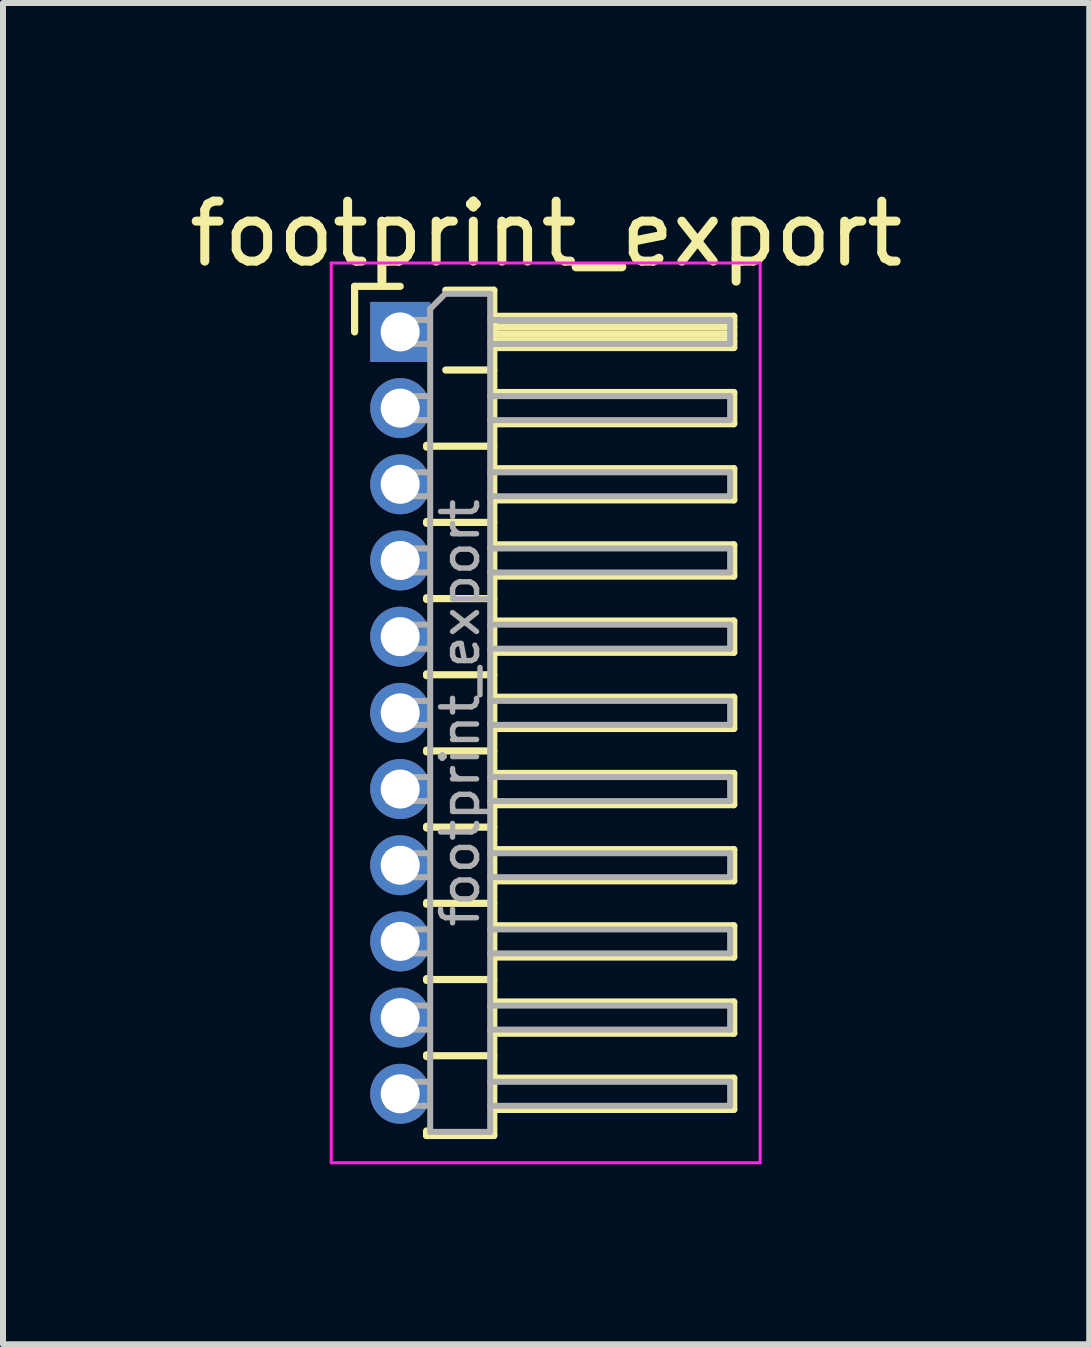
<source format=kicad_pcb>
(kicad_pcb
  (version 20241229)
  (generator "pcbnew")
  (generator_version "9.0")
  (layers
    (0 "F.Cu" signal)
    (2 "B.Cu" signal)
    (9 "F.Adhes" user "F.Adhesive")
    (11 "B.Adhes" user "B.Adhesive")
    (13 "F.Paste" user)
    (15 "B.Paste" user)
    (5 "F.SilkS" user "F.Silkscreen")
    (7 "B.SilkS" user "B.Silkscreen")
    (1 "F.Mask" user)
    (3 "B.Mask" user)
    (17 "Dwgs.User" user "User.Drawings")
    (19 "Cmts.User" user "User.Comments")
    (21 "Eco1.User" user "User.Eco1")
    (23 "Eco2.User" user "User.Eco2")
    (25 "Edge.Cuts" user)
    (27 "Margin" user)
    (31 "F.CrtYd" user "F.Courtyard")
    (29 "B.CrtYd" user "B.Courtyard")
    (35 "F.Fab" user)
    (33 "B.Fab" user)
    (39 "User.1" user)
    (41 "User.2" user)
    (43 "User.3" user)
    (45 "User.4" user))
  (footprint "footprint_export"
    (layer "F.Cu")
    (at 3.621 2.483)
    (property "Reference" "footprint_export" (at 2.433 -1.635 0) (layer "F.SilkS") (effects (font (size 1 1) (thickness 0.15))))
    (attr through_hole)
    (fp_line (start -0.76 -0.76) (end 0 -0.76) (stroke (width 0.12) (type solid)) (layer "F.SilkS"))
    (fp_line (start -0.76 0) (end -0.76 -0.76) (stroke (width 0.12) (type solid)) (layer "F.SilkS"))
    (fp_line (start 0.44 1.89) (end 0.44 1.92) (stroke (width 0.12) (type solid)) (layer "F.SilkS"))
    (fp_line (start 0.44 1.905) (end 1.56 1.905) (stroke (width 0.12) (type solid)) (layer "F.SilkS"))
    (fp_line (start 0.44 3.16) (end 0.44 3.19) (stroke (width 0.12) (type solid)) (layer "F.SilkS"))
    (fp_line (start 0.44 3.175) (end 1.56 3.175) (stroke (width 0.12) (type solid)) (layer "F.SilkS"))
    (fp_line (start 0.44 4.43) (end 0.44 4.46) (stroke (width 0.12) (type solid)) (layer "F.SilkS"))
    (fp_line (start 0.44 4.445) (end 1.56 4.445) (stroke (width 0.12) (type solid)) (layer "F.SilkS"))
    (fp_line (start 0.44 5.7) (end 0.44 5.73) (stroke (width 0.12) (type solid)) (layer "F.SilkS"))
    (fp_line (start 0.44 5.715) (end 1.56 5.715) (stroke (width 0.12) (type solid)) (layer "F.SilkS"))
    (fp_line (start 0.44 6.97) (end 0.44 7) (stroke (width 0.12) (type solid)) (layer "F.SilkS"))
    (fp_line (start 0.44 6.985) (end 1.56 6.985) (stroke (width 0.12) (type solid)) (layer "F.SilkS"))
    (fp_line (start 0.44 8.24) (end 0.44 8.27) (stroke (width 0.12) (type solid)) (layer "F.SilkS"))
    (fp_line (start 0.44 8.255) (end 1.56 8.255) (stroke (width 0.12) (type solid)) (layer "F.SilkS"))
    (fp_line (start 0.44 9.51) (end 0.44 9.54) (stroke (width 0.12) (type solid)) (layer "F.SilkS"))
    (fp_line (start 0.44 9.525) (end 1.56 9.525) (stroke (width 0.12) (type solid)) (layer "F.SilkS"))
    (fp_line (start 0.44 10.78) (end 0.44 10.81) (stroke (width 0.12) (type solid)) (layer "F.SilkS"))
    (fp_line (start 0.44 10.795) (end 1.56 10.795) (stroke (width 0.12) (type solid)) (layer "F.SilkS"))
    (fp_line (start 0.44 12.05) (end 0.44 12.08) (stroke (width 0.12) (type solid)) (layer "F.SilkS"))
    (fp_line (start 0.44 12.065) (end 1.56 12.065) (stroke (width 0.12) (type solid)) (layer "F.SilkS"))
    (fp_line (start 0.44 13.395) (end 0.44 13.32) (stroke (width 0.12) (type solid)) (layer "F.SilkS"))
    (fp_line (start 0.76 -0.695) (end 1.56 -0.695) (stroke (width 0.12) (type solid)) (layer "F.SilkS"))
    (fp_line (start 0.76 0.635) (end 1.56 0.635) (stroke (width 0.12) (type solid)) (layer "F.SilkS"))
    (fp_line (start 1.56 -0.695) (end 1.56 13.395) (stroke (width 0.12) (type solid)) (layer "F.SilkS"))
    (fp_line (start 1.56 -0.26) (end 5.56 -0.26) (stroke (width 0.12) (type solid)) (layer "F.SilkS"))
    (fp_line (start 1.56 -0.2) (end 5.56 -0.2) (stroke (width 0.12) (type solid)) (layer "F.SilkS"))
    (fp_line (start 1.56 -0.08) (end 5.56 -0.08) (stroke (width 0.12) (type solid)) (layer "F.SilkS"))
    (fp_line (start 1.56 0.04) (end 5.56 0.04) (stroke (width 0.12) (type solid)) (layer "F.SilkS"))
    (fp_line (start 1.56 0.16) (end 5.56 0.16) (stroke (width 0.12) (type solid)) (layer "F.SilkS"))
    (fp_line (start 1.56 1.01) (end 5.56 1.01) (stroke (width 0.12) (type solid)) (layer "F.SilkS"))
    (fp_line (start 1.56 2.28) (end 5.56 2.28) (stroke (width 0.12) (type solid)) (layer "F.SilkS"))
    (fp_line (start 1.56 3.55) (end 5.56 3.55) (stroke (width 0.12) (type solid)) (layer "F.SilkS"))
    (fp_line (start 1.56 4.82) (end 5.56 4.82) (stroke (width 0.12) (type solid)) (layer "F.SilkS"))
    (fp_line (start 1.56 6.09) (end 5.56 6.09) (stroke (width 0.12) (type solid)) (layer "F.SilkS"))
    (fp_line (start 1.56 7.36) (end 5.56 7.36) (stroke (width 0.12) (type solid)) (layer "F.SilkS"))
    (fp_line (start 1.56 8.63) (end 5.56 8.63) (stroke (width 0.12) (type solid)) (layer "F.SilkS"))
    (fp_line (start 1.56 9.9) (end 5.56 9.9) (stroke (width 0.12) (type solid)) (layer "F.SilkS"))
    (fp_line (start 1.56 11.17) (end 5.56 11.17) (stroke (width 0.12) (type solid)) (layer "F.SilkS"))
    (fp_line (start 1.56 12.44) (end 5.56 12.44) (stroke (width 0.12) (type solid)) (layer "F.SilkS"))
    (fp_line (start 1.56 13.395) (end 0.44 13.395) (stroke (width 0.12) (type solid)) (layer "F.SilkS"))
    (fp_line (start 5.56 -0.26) (end 5.56 0.26) (stroke (width 0.12) (type solid)) (layer "F.SilkS"))
    (fp_line (start 5.56 0.26) (end 1.56 0.26) (stroke (width 0.12) (type solid)) (layer "F.SilkS"))
    (fp_line (start 5.56 1.01) (end 5.56 1.53) (stroke (width 0.12) (type solid)) (layer "F.SilkS"))
    (fp_line (start 5.56 1.53) (end 1.56 1.53) (stroke (width 0.12) (type solid)) (layer "F.SilkS"))
    (fp_line (start 5.56 2.28) (end 5.56 2.8) (stroke (width 0.12) (type solid)) (layer "F.SilkS"))
    (fp_line (start 5.56 2.8) (end 1.56 2.8) (stroke (width 0.12) (type solid)) (layer "F.SilkS"))
    (fp_line (start 5.56 3.55) (end 5.56 4.07) (stroke (width 0.12) (type solid)) (layer "F.SilkS"))
    (fp_line (start 5.56 4.07) (end 1.56 4.07) (stroke (width 0.12) (type solid)) (layer "F.SilkS"))
    (fp_line (start 5.56 4.82) (end 5.56 5.34) (stroke (width 0.12) (type solid)) (layer "F.SilkS"))
    (fp_line (start 5.56 5.34) (end 1.56 5.34) (stroke (width 0.12) (type solid)) (layer "F.SilkS"))
    (fp_line (start 5.56 6.09) (end 5.56 6.61) (stroke (width 0.12) (type solid)) (layer "F.SilkS"))
    (fp_line (start 5.56 6.61) (end 1.56 6.61) (stroke (width 0.12) (type solid)) (layer "F.SilkS"))
    (fp_line (start 5.56 7.36) (end 5.56 7.88) (stroke (width 0.12) (type solid)) (layer "F.SilkS"))
    (fp_line (start 5.56 7.88) (end 1.56 7.88) (stroke (width 0.12) (type solid)) (layer "F.SilkS"))
    (fp_line (start 5.56 8.63) (end 5.56 9.15) (stroke (width 0.12) (type solid)) (layer "F.SilkS"))
    (fp_line (start 5.56 9.15) (end 1.56 9.15) (stroke (width 0.12) (type solid)) (layer "F.SilkS"))
    (fp_line (start 5.56 9.9) (end 5.56 10.42) (stroke (width 0.12) (type solid)) (layer "F.SilkS"))
    (fp_line (start 5.56 10.42) (end 1.56 10.42) (stroke (width 0.12) (type solid)) (layer "F.SilkS"))
    (fp_line (start 5.56 11.17) (end 5.56 11.69) (stroke (width 0.12) (type solid)) (layer "F.SilkS"))
    (fp_line (start 5.56 11.69) (end 1.56 11.69) (stroke (width 0.12) (type solid)) (layer "F.SilkS"))
    (fp_line (start 5.56 12.44) (end 5.56 12.96) (stroke (width 0.12) (type solid)) (layer "F.SilkS"))
    (fp_line (start 5.56 12.96) (end 1.56 12.96) (stroke (width 0.12) (type solid)) (layer "F.SilkS"))
    (fp_line (start -1.15 -1.15) (end -1.15 13.85) (stroke (width 0.05) (type solid)) (layer "F.CrtYd"))
    (fp_line (start -1.15 13.85) (end 6 13.85) (stroke (width 0.05) (type solid)) (layer "F.CrtYd"))
    (fp_line (start 6 -1.15) (end -1.15 -1.15) (stroke (width 0.05) (type solid)) (layer "F.CrtYd"))
    (fp_line (start 6 13.85) (end 6 -1.15) (stroke (width 0.05) (type solid)) (layer "F.CrtYd"))
    (fp_line (start -0.2 -0.2) (end -0.2 0.2) (stroke (width 0.1) (type solid)) (layer "F.Fab"))
    (fp_line (start -0.2 -0.2) (end 0.5 -0.2) (stroke (width 0.1) (type solid)) (layer "F.Fab"))
    (fp_line (start -0.2 0.2) (end 0.5 0.2) (stroke (width 0.1) (type solid)) (layer "F.Fab"))
    (fp_line (start -0.2 1.07) (end -0.2 1.47) (stroke (width 0.1) (type solid)) (layer "F.Fab"))
    (fp_line (start -0.2 1.07) (end 0.5 1.07) (stroke (width 0.1) (type solid)) (layer "F.Fab"))
    (fp_line (start -0.2 1.47) (end 0.5 1.47) (stroke (width 0.1) (type solid)) (layer "F.Fab"))
    (fp_line (start -0.2 2.34) (end -0.2 2.74) (stroke (width 0.1) (type solid)) (layer "F.Fab"))
    (fp_line (start -0.2 2.34) (end 0.5 2.34) (stroke (width 0.1) (type solid)) (layer "F.Fab"))
    (fp_line (start -0.2 2.74) (end 0.5 2.74) (stroke (width 0.1) (type solid)) (layer "F.Fab"))
    (fp_line (start -0.2 3.61) (end -0.2 4.01) (stroke (width 0.1) (type solid)) (layer "F.Fab"))
    (fp_line (start -0.2 3.61) (end 0.5 3.61) (stroke (width 0.1) (type solid)) (layer "F.Fab"))
    (fp_line (start -0.2 4.01) (end 0.5 4.01) (stroke (width 0.1) (type solid)) (layer "F.Fab"))
    (fp_line (start -0.2 4.88) (end -0.2 5.28) (stroke (width 0.1) (type solid)) (layer "F.Fab"))
    (fp_line (start -0.2 4.88) (end 0.5 4.88) (stroke (width 0.1) (type solid)) (layer "F.Fab"))
    (fp_line (start -0.2 5.28) (end 0.5 5.28) (stroke (width 0.1) (type solid)) (layer "F.Fab"))
    (fp_line (start -0.2 6.15) (end -0.2 6.55) (stroke (width 0.1) (type solid)) (layer "F.Fab"))
    (fp_line (start -0.2 6.15) (end 0.5 6.15) (stroke (width 0.1) (type solid)) (layer "F.Fab"))
    (fp_line (start -0.2 6.55) (end 0.5 6.55) (stroke (width 0.1) (type solid)) (layer "F.Fab"))
    (fp_line (start -0.2 7.42) (end -0.2 7.82) (stroke (width 0.1) (type solid)) (layer "F.Fab"))
    (fp_line (start -0.2 7.42) (end 0.5 7.42) (stroke (width 0.1) (type solid)) (layer "F.Fab"))
    (fp_line (start -0.2 7.82) (end 0.5 7.82) (stroke (width 0.1) (type solid)) (layer "F.Fab"))
    (fp_line (start -0.2 8.69) (end -0.2 9.09) (stroke (width 0.1) (type solid)) (layer "F.Fab"))
    (fp_line (start -0.2 8.69) (end 0.5 8.69) (stroke (width 0.1) (type solid)) (layer "F.Fab"))
    (fp_line (start -0.2 9.09) (end 0.5 9.09) (stroke (width 0.1) (type solid)) (layer "F.Fab"))
    (fp_line (start -0.2 9.96) (end -0.2 10.36) (stroke (width 0.1) (type solid)) (layer "F.Fab"))
    (fp_line (start -0.2 9.96) (end 0.5 9.96) (stroke (width 0.1) (type solid)) (layer "F.Fab"))
    (fp_line (start -0.2 10.36) (end 0.5 10.36) (stroke (width 0.1) (type solid)) (layer "F.Fab"))
    (fp_line (start -0.2 11.23) (end -0.2 11.63) (stroke (width 0.1) (type solid)) (layer "F.Fab"))
    (fp_line (start -0.2 11.23) (end 0.5 11.23) (stroke (width 0.1) (type solid)) (layer "F.Fab"))
    (fp_line (start -0.2 11.63) (end 0.5 11.63) (stroke (width 0.1) (type solid)) (layer "F.Fab"))
    (fp_line (start -0.2 12.5) (end -0.2 12.9) (stroke (width 0.1) (type solid)) (layer "F.Fab"))
    (fp_line (start -0.2 12.5) (end 0.5 12.5) (stroke (width 0.1) (type solid)) (layer "F.Fab"))
    (fp_line (start -0.2 12.9) (end 0.5 12.9) (stroke (width 0.1) (type solid)) (layer "F.Fab"))
    (fp_line (start 0.5 -0.385) (end 0.75 -0.635) (stroke (width 0.1) (type solid)) (layer "F.Fab"))
    (fp_line (start 0.5 13.335) (end 0.5 -0.385) (stroke (width 0.1) (type solid)) (layer "F.Fab"))
    (fp_line (start 0.75 -0.635) (end 1.5 -0.635) (stroke (width 0.1) (type solid)) (layer "F.Fab"))
    (fp_line (start 1.5 -0.635) (end 1.5 13.335) (stroke (width 0.1) (type solid)) (layer "F.Fab"))
    (fp_line (start 1.5 -0.2) (end 5.5 -0.2) (stroke (width 0.1) (type solid)) (layer "F.Fab"))
    (fp_line (start 1.5 0.2) (end 5.5 0.2) (stroke (width 0.1) (type solid)) (layer "F.Fab"))
    (fp_line (start 1.5 1.07) (end 5.5 1.07) (stroke (width 0.1) (type solid)) (layer "F.Fab"))
    (fp_line (start 1.5 1.47) (end 5.5 1.47) (stroke (width 0.1) (type solid)) (layer "F.Fab"))
    (fp_line (start 1.5 2.34) (end 5.5 2.34) (stroke (width 0.1) (type solid)) (layer "F.Fab"))
    (fp_line (start 1.5 2.74) (end 5.5 2.74) (stroke (width 0.1) (type solid)) (layer "F.Fab"))
    (fp_line (start 1.5 3.61) (end 5.5 3.61) (stroke (width 0.1) (type solid)) (layer "F.Fab"))
    (fp_line (start 1.5 4.01) (end 5.5 4.01) (stroke (width 0.1) (type solid)) (layer "F.Fab"))
    (fp_line (start 1.5 4.88) (end 5.5 4.88) (stroke (width 0.1) (type solid)) (layer "F.Fab"))
    (fp_line (start 1.5 5.28) (end 5.5 5.28) (stroke (width 0.1) (type solid)) (layer "F.Fab"))
    (fp_line (start 1.5 6.15) (end 5.5 6.15) (stroke (width 0.1) (type solid)) (layer "F.Fab"))
    (fp_line (start 1.5 6.55) (end 5.5 6.55) (stroke (width 0.1) (type solid)) (layer "F.Fab"))
    (fp_line (start 1.5 7.42) (end 5.5 7.42) (stroke (width 0.1) (type solid)) (layer "F.Fab"))
    (fp_line (start 1.5 7.82) (end 5.5 7.82) (stroke (width 0.1) (type solid)) (layer "F.Fab"))
    (fp_line (start 1.5 8.69) (end 5.5 8.69) (stroke (width 0.1) (type solid)) (layer "F.Fab"))
    (fp_line (start 1.5 9.09) (end 5.5 9.09) (stroke (width 0.1) (type solid)) (layer "F.Fab"))
    (fp_line (start 1.5 9.96) (end 5.5 9.96) (stroke (width 0.1) (type solid)) (layer "F.Fab"))
    (fp_line (start 1.5 10.36) (end 5.5 10.36) (stroke (width 0.1) (type solid)) (layer "F.Fab"))
    (fp_line (start 1.5 11.23) (end 5.5 11.23) (stroke (width 0.1) (type solid)) (layer "F.Fab"))
    (fp_line (start 1.5 11.63) (end 5.5 11.63) (stroke (width 0.1) (type solid)) (layer "F.Fab"))
    (fp_line (start 1.5 12.5) (end 5.5 12.5) (stroke (width 0.1) (type solid)) (layer "F.Fab"))
    (fp_line (start 1.5 12.9) (end 5.5 12.9) (stroke (width 0.1) (type solid)) (layer "F.Fab"))
    (fp_line (start 1.5 13.335) (end 0.5 13.335) (stroke (width 0.1) (type solid)) (layer "F.Fab"))
    (fp_line (start 5.5 -0.2) (end 5.5 0.2) (stroke (width 0.1) (type solid)) (layer "F.Fab"))
    (fp_line (start 5.5 1.07) (end 5.5 1.47) (stroke (width 0.1) (type solid)) (layer "F.Fab"))
    (fp_line (start 5.5 2.34) (end 5.5 2.74) (stroke (width 0.1) (type solid)) (layer "F.Fab"))
    (fp_line (start 5.5 3.61) (end 5.5 4.01) (stroke (width 0.1) (type solid)) (layer "F.Fab"))
    (fp_line (start 5.5 4.88) (end 5.5 5.28) (stroke (width 0.1) (type solid)) (layer "F.Fab"))
    (fp_line (start 5.5 6.15) (end 5.5 6.55) (stroke (width 0.1) (type solid)) (layer "F.Fab"))
    (fp_line (start 5.5 7.42) (end 5.5 7.82) (stroke (width 0.1) (type solid)) (layer "F.Fab"))
    (fp_line (start 5.5 8.69) (end 5.5 9.09) (stroke (width 0.1) (type solid)) (layer "F.Fab"))
    (fp_line (start 5.5 9.96) (end 5.5 10.36) (stroke (width 0.1) (type solid)) (layer "F.Fab"))
    (fp_line (start 5.5 11.23) (end 5.5 11.63) (stroke (width 0.1) (type solid)) (layer "F.Fab"))
    (fp_line (start 5.5 12.5) (end 5.5 12.9) (stroke (width 0.1) (type solid)) (layer "F.Fab"))
    (fp_text user "${REFERENCE}" (at 1 6.35 90) (layer "F.Fab") (effects (font (size 0.6 0.6) (thickness 0.09))))
    (pad "1" thru_hole rect (at 0 0) (size 1 1) (drill 0.65) (layers "*.Cu" "*.Mask"))
    (pad "2" thru_hole oval (at 0 1.27) (size 1 1) (drill 0.65) (layers "*.Cu" "*.Mask"))
    (pad "3" thru_hole oval (at 0 2.54) (size 1 1) (drill 0.65) (layers "*.Cu" "*.Mask"))
    (pad "4" thru_hole oval (at 0 3.81) (size 1 1) (drill 0.65) (layers "*.Cu" "*.Mask"))
    (pad "5" thru_hole oval (at 0 5.08) (size 1 1) (drill 0.65) (layers "*.Cu" "*.Mask"))
    (pad "6" thru_hole oval (at 0 6.35) (size 1 1) (drill 0.65) (layers "*.Cu" "*.Mask"))
    (pad "7" thru_hole oval (at 0 7.62) (size 1 1) (drill 0.65) (layers "*.Cu" "*.Mask"))
    (pad "8" thru_hole oval (at 0 8.89) (size 1 1) (drill 0.65) (layers "*.Cu" "*.Mask"))
    (pad "9" thru_hole oval (at 0 10.16) (size 1 1) (drill 0.65) (layers "*.Cu" "*.Mask"))
    (pad "10" thru_hole oval (at 0 11.43) (size 1 1) (drill 0.65) (layers "*.Cu" "*.Mask"))
    (pad "11" thru_hole oval (at 0 12.7) (size 1 1) (drill 0.65) (layers "*.Cu" "*.Mask")))
  (gr_rect
    (start -3 -3)
    (end 15.107 19.358)
    (stroke (width 0.1) (type default))
    (fill no)
    (layer "Edge.Cuts")))
</source>
